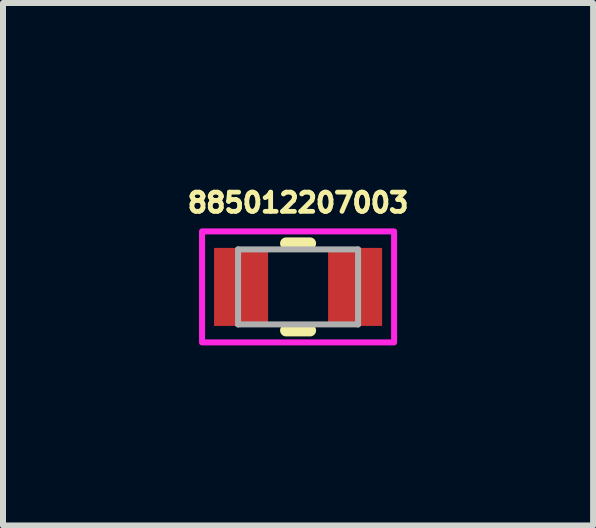
<source format=kicad_pcb>
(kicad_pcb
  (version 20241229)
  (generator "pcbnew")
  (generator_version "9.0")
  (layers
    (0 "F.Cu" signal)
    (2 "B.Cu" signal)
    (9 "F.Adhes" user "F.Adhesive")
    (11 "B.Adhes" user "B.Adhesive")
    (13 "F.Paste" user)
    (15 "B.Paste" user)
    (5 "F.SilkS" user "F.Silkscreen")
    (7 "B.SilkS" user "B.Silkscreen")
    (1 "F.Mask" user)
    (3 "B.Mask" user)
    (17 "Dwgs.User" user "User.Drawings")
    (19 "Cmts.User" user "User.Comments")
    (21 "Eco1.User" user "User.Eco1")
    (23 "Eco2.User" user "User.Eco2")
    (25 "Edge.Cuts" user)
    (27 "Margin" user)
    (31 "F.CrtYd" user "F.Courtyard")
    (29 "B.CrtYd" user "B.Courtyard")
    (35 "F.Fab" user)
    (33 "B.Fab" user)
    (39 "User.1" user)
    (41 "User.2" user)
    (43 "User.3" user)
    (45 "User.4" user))
  (footprint "885012207003"
    (layer "F.Cu")
    (at 1.917 1.731)
    (property "Reference" "885012207003" (at 0 -1.403 0) (layer "F.SilkS") (effects (font (size 0.32 0.32) (thickness 0.08))))
    (attr smd)
    (fp_line (start -0.2 -0.725) (end 0.2 -0.725) (stroke (width 0.2) (type solid)) (layer "F.SilkS"))
    (fp_line (start -0.2 0.725) (end 0.2 0.725) (stroke (width 0.2) (type solid)) (layer "F.SilkS"))
    (fp_poly (pts (xy -1.6 -0.925) (xy 1.6 -0.925) (xy 1.6 0.925) (xy -1.6 0.925)) (stroke (width 0.1) (type solid)) (fill no) (layer "F.CrtYd"))
    (fp_line (start -1 -0.625) (end -1 0.625) (stroke (width 0.1) (type solid)) (layer "F.Fab"))
    (fp_line (start -1 -0.625) (end 1 -0.625) (stroke (width 0.1) (type solid)) (layer "F.Fab"))
    (fp_line (start -1 0.625) (end 1 0.625) (stroke (width 0.1) (type solid)) (layer "F.Fab"))
    (fp_line (start 1 0.625) (end 1 -0.625) (stroke (width 0.1) (type solid)) (layer "F.Fab"))
    (pad "1" smd rect (at -0.95 0) (size 0.9 1.3) (layers "F.Cu" "F.Mask" "F.Paste"))
    (pad "2" smd rect (at 0.95 0) (size 0.9 1.3) (layers "F.Cu" "F.Mask" "F.Paste")))
  (gr_rect
    (start -3 -3)
    (end 6.833 5.706)
    (stroke (width 0.1) (type default))
    (fill no)
    (layer "Edge.Cuts")))
</source>
